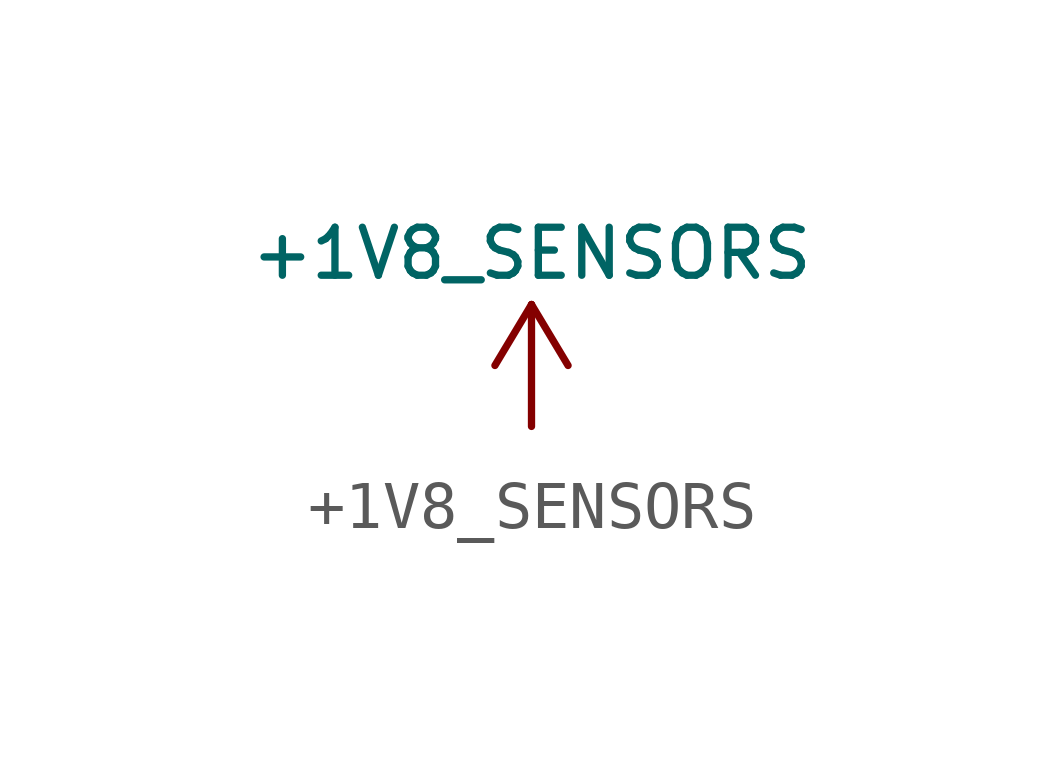
<source format=kicad_sym>
(kicad_symbol_lib
  (version 20241209)
  (generator "kicad_symbol_editor")
  (generator_version "9.0")
  (symbol "+1V8_SENSORS"
    (power)
    (pin_names
      (offset 0))
    (property "Reference" "#PWR?"
      (at 0 -3.81 0)
      (effects (font (size 1.27 1.27)) (hide yes)))
    (property "Value" "+1V8_SENSORS"
      (at 0 3.605 0)
      (effects (font (size 1 1))))
    (symbol "+1V8_SENSORS_0_1"
      (polyline (pts (xy -0.762 1.27) (xy 0 2.54)) (stroke (width 0) (type default)) (fill (type none)))
      (polyline (pts (xy 0 2.54) (xy 0.762 1.27)) (stroke (width 0) (type default)) (fill (type none)))
      (polyline (pts (xy 0 0) (xy 0 2.54)) (stroke (width 0) (type default)) (fill (type none))))
    (symbol "+1V8_SENSORS_1_1"
      (pin power_in line (at 0 0 90) (length 0) (hide yes) (name "+1V8_SENSORS" (effects (font (size 1.27 1.27)))) (number "1" (effects (font (size 1.27 1.27))))))))
</source>
